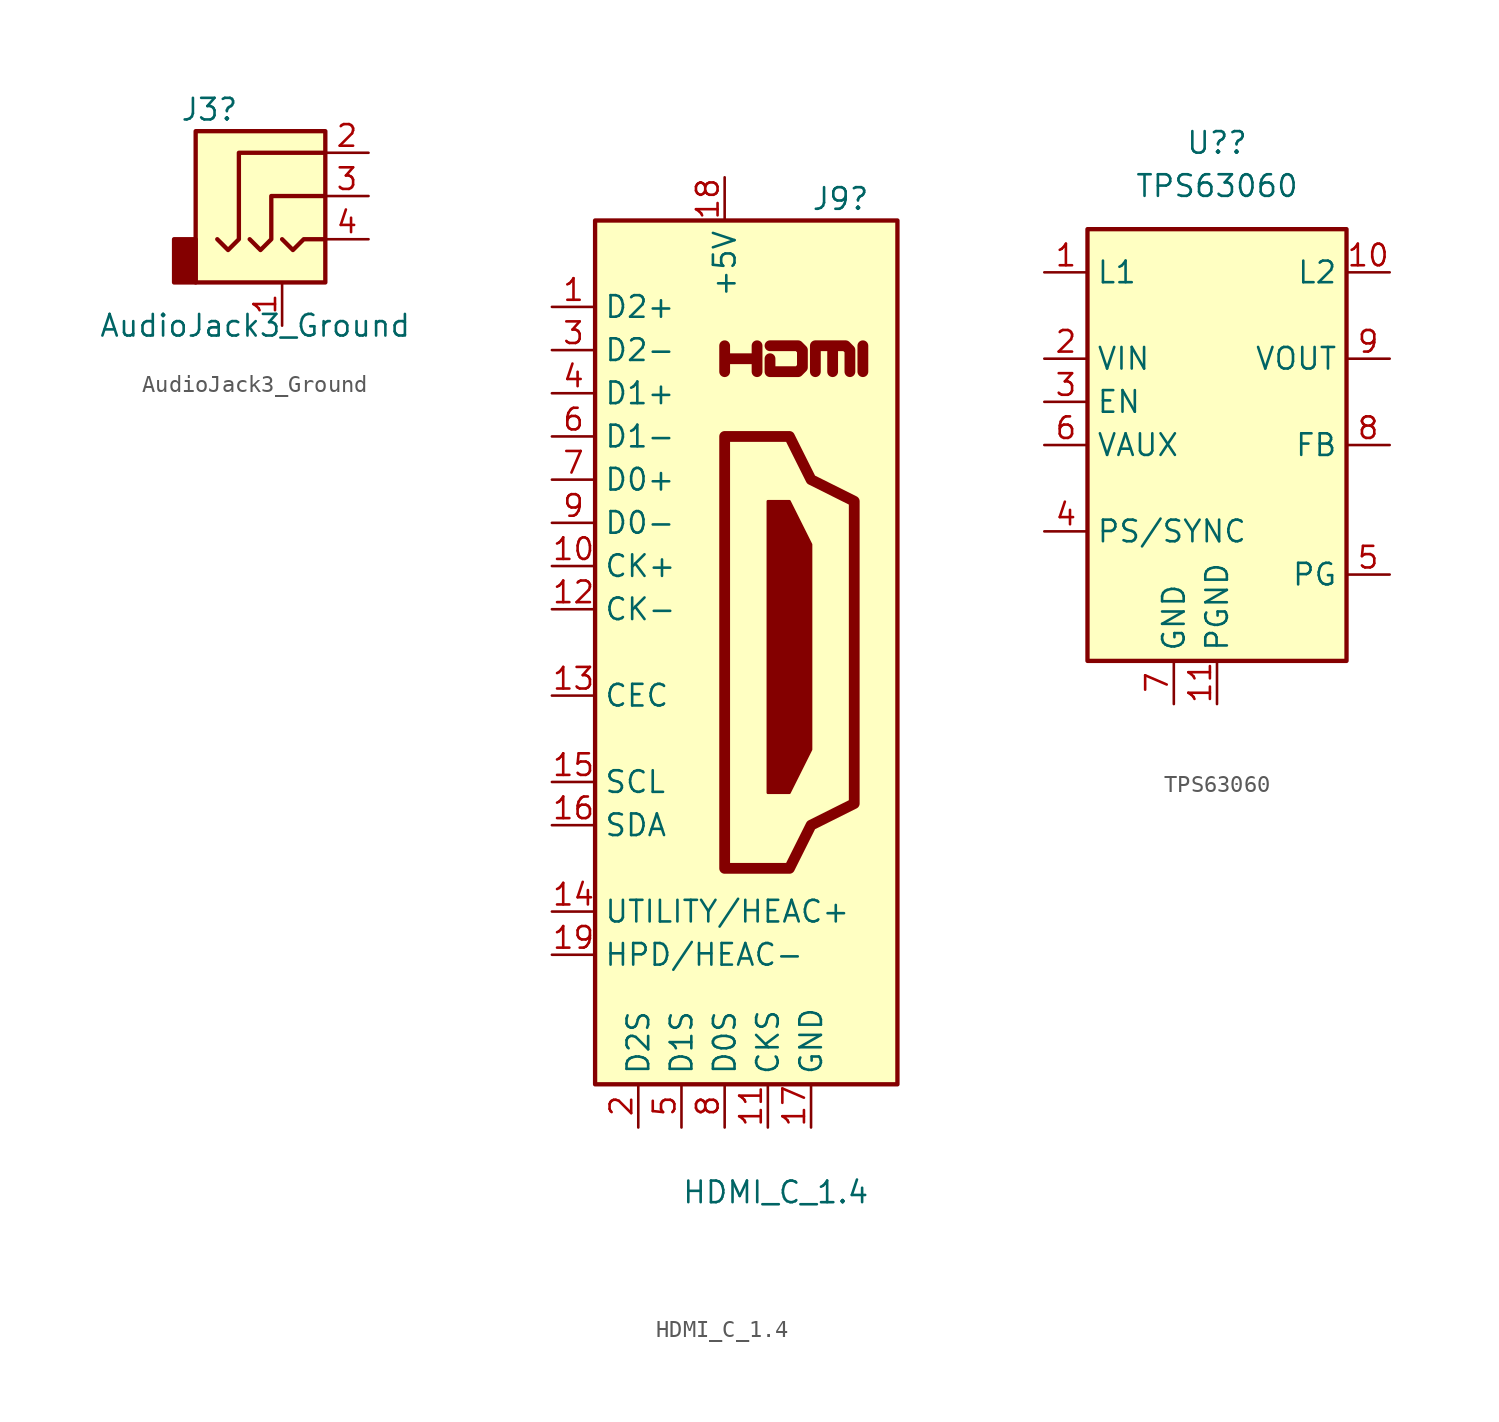
<source format=kicad_sym>
(kicad_symbol_lib
  (version 20211014)
  (generator kicad_symbol_editor)
  (symbol "AudioJack3_Ground"
    (property "Reference" "J3"
      (at -2.54 5.08 0)
      (effects (font (size 1.27 1.27)) (justify right)))
    (property "Value" "AudioJack3_Ground"
      (at 7.62 -7.62 0)
      (effects (font (size 1.27 1.27)) (justify right)))
    (symbol "AudioJack3_Ground_0_1"
      (rectangle (start -5.08 -2.54) (end -6.35 -5.08) (stroke (width 0.254) (type default) (color 0 0 0 0)) (fill (type outline)))
      (polyline (pts (xy 0 -2.54) (xy 0.635 -3.175) (xy 1.27 -2.54) (xy 2.54 -2.54)) (stroke (width 0.254) (type default) (color 0 0 0 0)) (fill (type none)))
      (polyline (pts (xy -1.905 -2.54) (xy -1.27 -3.175) (xy -0.635 -2.54) (xy -0.635 0) (xy 2.54 0)) (stroke (width 0.254) (type default) (color 0 0 0 0)) (fill (type none)))
      (polyline (pts (xy 2.54 2.54) (xy -2.54 2.54) (xy -2.54 -2.54) (xy -3.175 -3.175) (xy -3.81 -2.54)) (stroke (width 0.254) (type default) (color 0 0 0 0)) (fill (type none)))
      (rectangle (start 2.54 3.81) (end -5.08 -5.08) (stroke (width 0.254) (type default) (color 0 0 0 0)) (fill (type background))))
    (symbol "AudioJack3_Ground_1_1"
      (pin passive line (at 0 -7.62 90) (length 2.54) (name "~" (effects (font (size 1.27 1.27)))) (number "1" (effects (font (size 1.27 1.27)))))
      (pin passive line (at 5.08 2.54 180) (length 2.54) (name "~" (effects (font (size 1.27 1.27)))) (number "2" (effects (font (size 1.27 1.27)))))
      (pin passive line (at 5.08 0 180) (length 2.54) (name "~" (effects (font (size 1.27 1.27)))) (number "3" (effects (font (size 1.27 1.27)))))
      (pin passive line (at 5.08 -2.54 180) (length 2.54) (name "~" (effects (font (size 1.27 1.27)))) (number "4" (effects (font (size 1.27 1.27)))))))
  (symbol "HDMI_C_1.4"
    (property "Reference" "J9"
      (at 5.08 26.67 0)
      (effects (font (size 1.27 1.27)) (justify left)))
    (property "Value" "HDMI_C_1.4"
      (at -2.54 -31.75 0)
      (effects (font (size 1.27 1.27)) (justify left)))
    (symbol "HDMI_C_1.4_0_0"
      (polyline (pts (xy 8.128 16.51) (xy 8.128 18.034)) (stroke (width 0.635) (type default) (color 0 0 0 0)) (fill (type none)))
      (polyline (pts (xy 0 16.51) (xy 0 18.034) (xy 0 17.272) (xy 1.905 17.272) (xy 1.905 18.034) (xy 1.905 16.51)) (stroke (width 0.635) (type default) (color 0 0 0 0)) (fill (type none)))
      (polyline (pts (xy 2.667 18.034) (xy 4.318 18.034) (xy 4.572 17.78) (xy 4.572 16.764) (xy 4.318 16.51) (xy 2.667 16.51) (xy 2.667 17.272)) (stroke (width 0.635) (type default) (color 0 0 0 0)) (fill (type none))))
    (symbol "HDMI_C_1.4_0_1"
      (rectangle (start -7.62 25.4) (end 10.16 -25.4) (stroke (width 0.254) (type default) (color 0 0 0 0)) (fill (type background)))
      (polyline (pts (xy 2.54 8.89) (xy 3.81 8.89) (xy 5.08 6.35) (xy 5.08 -5.715) (xy 3.81 -8.255) (xy 2.54 -8.255) (xy 2.54 8.89)) (stroke (width 0) (type default) (color 0 0 0 0)) (fill (type outline)))
      (polyline (pts (xy 5.334 16.51) (xy 5.334 18.034) (xy 6.35 18.034) (xy 6.35 16.51) (xy 6.35 18.034) (xy 7.112 18.034) (xy 7.366 17.78) (xy 7.366 16.51)) (stroke (width 0.635) (type default) (color 0 0 0 0)) (fill (type none)))
      (polyline (pts (xy 0 12.7) (xy 0 -12.7) (xy 3.81 -12.7) (xy 5.08 -10.16) (xy 7.62 -8.89) (xy 7.62 8.89) (xy 5.08 10.16) (xy 3.81 12.7) (xy 0 12.7)) (stroke (width 0.635) (type default) (color 0 0 0 0)) (fill (type none))))
    (symbol "HDMI_C_1.4_1_1"
      (pin passive line (at -10.16 20.32 0) (length 2.54) (name "D2+" (effects (font (size 1.27 1.27)))) (number "1" (effects (font (size 1.27 1.27)))))
      (pin passive line (at -10.16 5.08 0) (length 2.54) (name "CK+" (effects (font (size 1.27 1.27)))) (number "10" (effects (font (size 1.27 1.27)))))
      (pin power_in line (at 2.54 -27.94 90) (length 2.54) (name "CKS" (effects (font (size 1.27 1.27)))) (number "11" (effects (font (size 1.27 1.27)))))
      (pin passive line (at -10.16 2.54 0) (length 2.54) (name "CK-" (effects (font (size 1.27 1.27)))) (number "12" (effects (font (size 1.27 1.27)))))
      (pin bidirectional line (at -10.16 -2.54 0) (length 2.54) (name "CEC" (effects (font (size 1.27 1.27)))) (number "13" (effects (font (size 1.27 1.27)))))
      (pin passive line (at -10.16 -15.24 0) (length 2.54) (name "UTILITY/HEAC+" (effects (font (size 1.27 1.27)))) (number "14" (effects (font (size 1.27 1.27)))))
      (pin passive line (at -10.16 -7.62 0) (length 2.54) (name "SCL" (effects (font (size 1.27 1.27)))) (number "15" (effects (font (size 1.27 1.27)))))
      (pin bidirectional line (at -10.16 -10.16 0) (length 2.54) (name "SDA" (effects (font (size 1.27 1.27)))) (number "16" (effects (font (size 1.27 1.27)))))
      (pin power_in line (at 5.08 -27.94 90) (length 2.54) (name "GND" (effects (font (size 1.27 1.27)))) (number "17" (effects (font (size 1.27 1.27)))))
      (pin power_in line (at 0 27.94 270) (length 2.54) (name "+5V" (effects (font (size 1.27 1.27)))) (number "18" (effects (font (size 1.27 1.27)))))
      (pin passive line (at -10.16 -17.78 0) (length 2.54) (name "HPD/HEAC-" (effects (font (size 1.27 1.27)))) (number "19" (effects (font (size 1.27 1.27)))))
      (pin power_in line (at -5.08 -27.94 90) (length 2.54) (name "D2S" (effects (font (size 1.27 1.27)))) (number "2" (effects (font (size 1.27 1.27)))))
      (pin passive line (at -10.16 17.78 0) (length 2.54) (name "D2-" (effects (font (size 1.27 1.27)))) (number "3" (effects (font (size 1.27 1.27)))))
      (pin passive line (at -10.16 15.24 0) (length 2.54) (name "D1+" (effects (font (size 1.27 1.27)))) (number "4" (effects (font (size 1.27 1.27)))))
      (pin power_in line (at -2.54 -27.94 90) (length 2.54) (name "D1S" (effects (font (size 1.27 1.27)))) (number "5" (effects (font (size 1.27 1.27)))))
      (pin passive line (at -10.16 12.7 0) (length 2.54) (name "D1-" (effects (font (size 1.27 1.27)))) (number "6" (effects (font (size 1.27 1.27)))))
      (pin passive line (at -10.16 10.16 0) (length 2.54) (name "D0+" (effects (font (size 1.27 1.27)))) (number "7" (effects (font (size 1.27 1.27)))))
      (pin power_in line (at 0 -27.94 90) (length 2.54) (name "D0S" (effects (font (size 1.27 1.27)))) (number "8" (effects (font (size 1.27 1.27)))))
      (pin passive line (at -10.16 7.62 0) (length 2.54) (name "D0-" (effects (font (size 1.27 1.27)))) (number "9" (effects (font (size 1.27 1.27)))))))
  (symbol "TPS63060"
    (property "Reference" "U?"
      (at 0 17.78 0)
      (effects (font (size 1.27 1.27))))
    (property "Value" "TPS63060"
      (at 0 15.24 0)
      (effects (font (size 1.27 1.27))))
    (symbol "TPS63060_0_1"
      (rectangle (start -7.62 12.7) (end 7.62 -12.7) (stroke (width 0.254) (type default) (color 0 0 0 0)) (fill (type background))))
    (symbol "TPS63060_1_1"
      (pin input line (at -10.16 10.16 0) (length 2.54) (name "L1" (effects (font (size 1.27 1.27)))) (number "1" (effects (font (size 1.27 1.27)))))
      (pin input line (at 10.16 10.16 180) (length 2.54) (name "L2" (effects (font (size 1.27 1.27)))) (number "10" (effects (font (size 1.27 1.27)))))
      (pin power_in line (at 0 -15.24 90) (length 2.54) (name "PGND" (effects (font (size 1.27 1.27)))) (number "11" (effects (font (size 1.27 1.27)))))
      (pin power_in line (at -10.16 5.08 0) (length 2.54) (name "VIN" (effects (font (size 1.27 1.27)))) (number "2" (effects (font (size 1.27 1.27)))))
      (pin input line (at -10.16 2.54 0) (length 2.54) (name "EN" (effects (font (size 1.27 1.27)))) (number "3" (effects (font (size 1.27 1.27)))))
      (pin input line (at -10.16 -5.08 0) (length 2.54) (name "PS/SYNC" (effects (font (size 1.27 1.27)))) (number "4" (effects (font (size 1.27 1.27)))))
      (pin output line (at 10.16 -7.62 180) (length 2.54) (name "PG" (effects (font (size 1.27 1.27)))) (number "5" (effects (font (size 1.27 1.27)))))
      (pin passive line (at -10.16 0 0) (length 2.54) (name "VAUX" (effects (font (size 1.27 1.27)))) (number "6" (effects (font (size 1.27 1.27)))))
      (pin power_in line (at -2.54 -15.24 90) (length 2.54) (name "GND" (effects (font (size 1.27 1.27)))) (number "7" (effects (font (size 1.27 1.27)))))
      (pin input line (at 10.16 0 180) (length 2.54) (name "FB" (effects (font (size 1.27 1.27)))) (number "8" (effects (font (size 1.27 1.27)))))
      (pin power_out line (at 10.16 5.08 180) (length 2.54) (name "VOUT" (effects (font (size 1.27 1.27)))) (number "9" (effects (font (size 1.27 1.27))))))))
</source>
